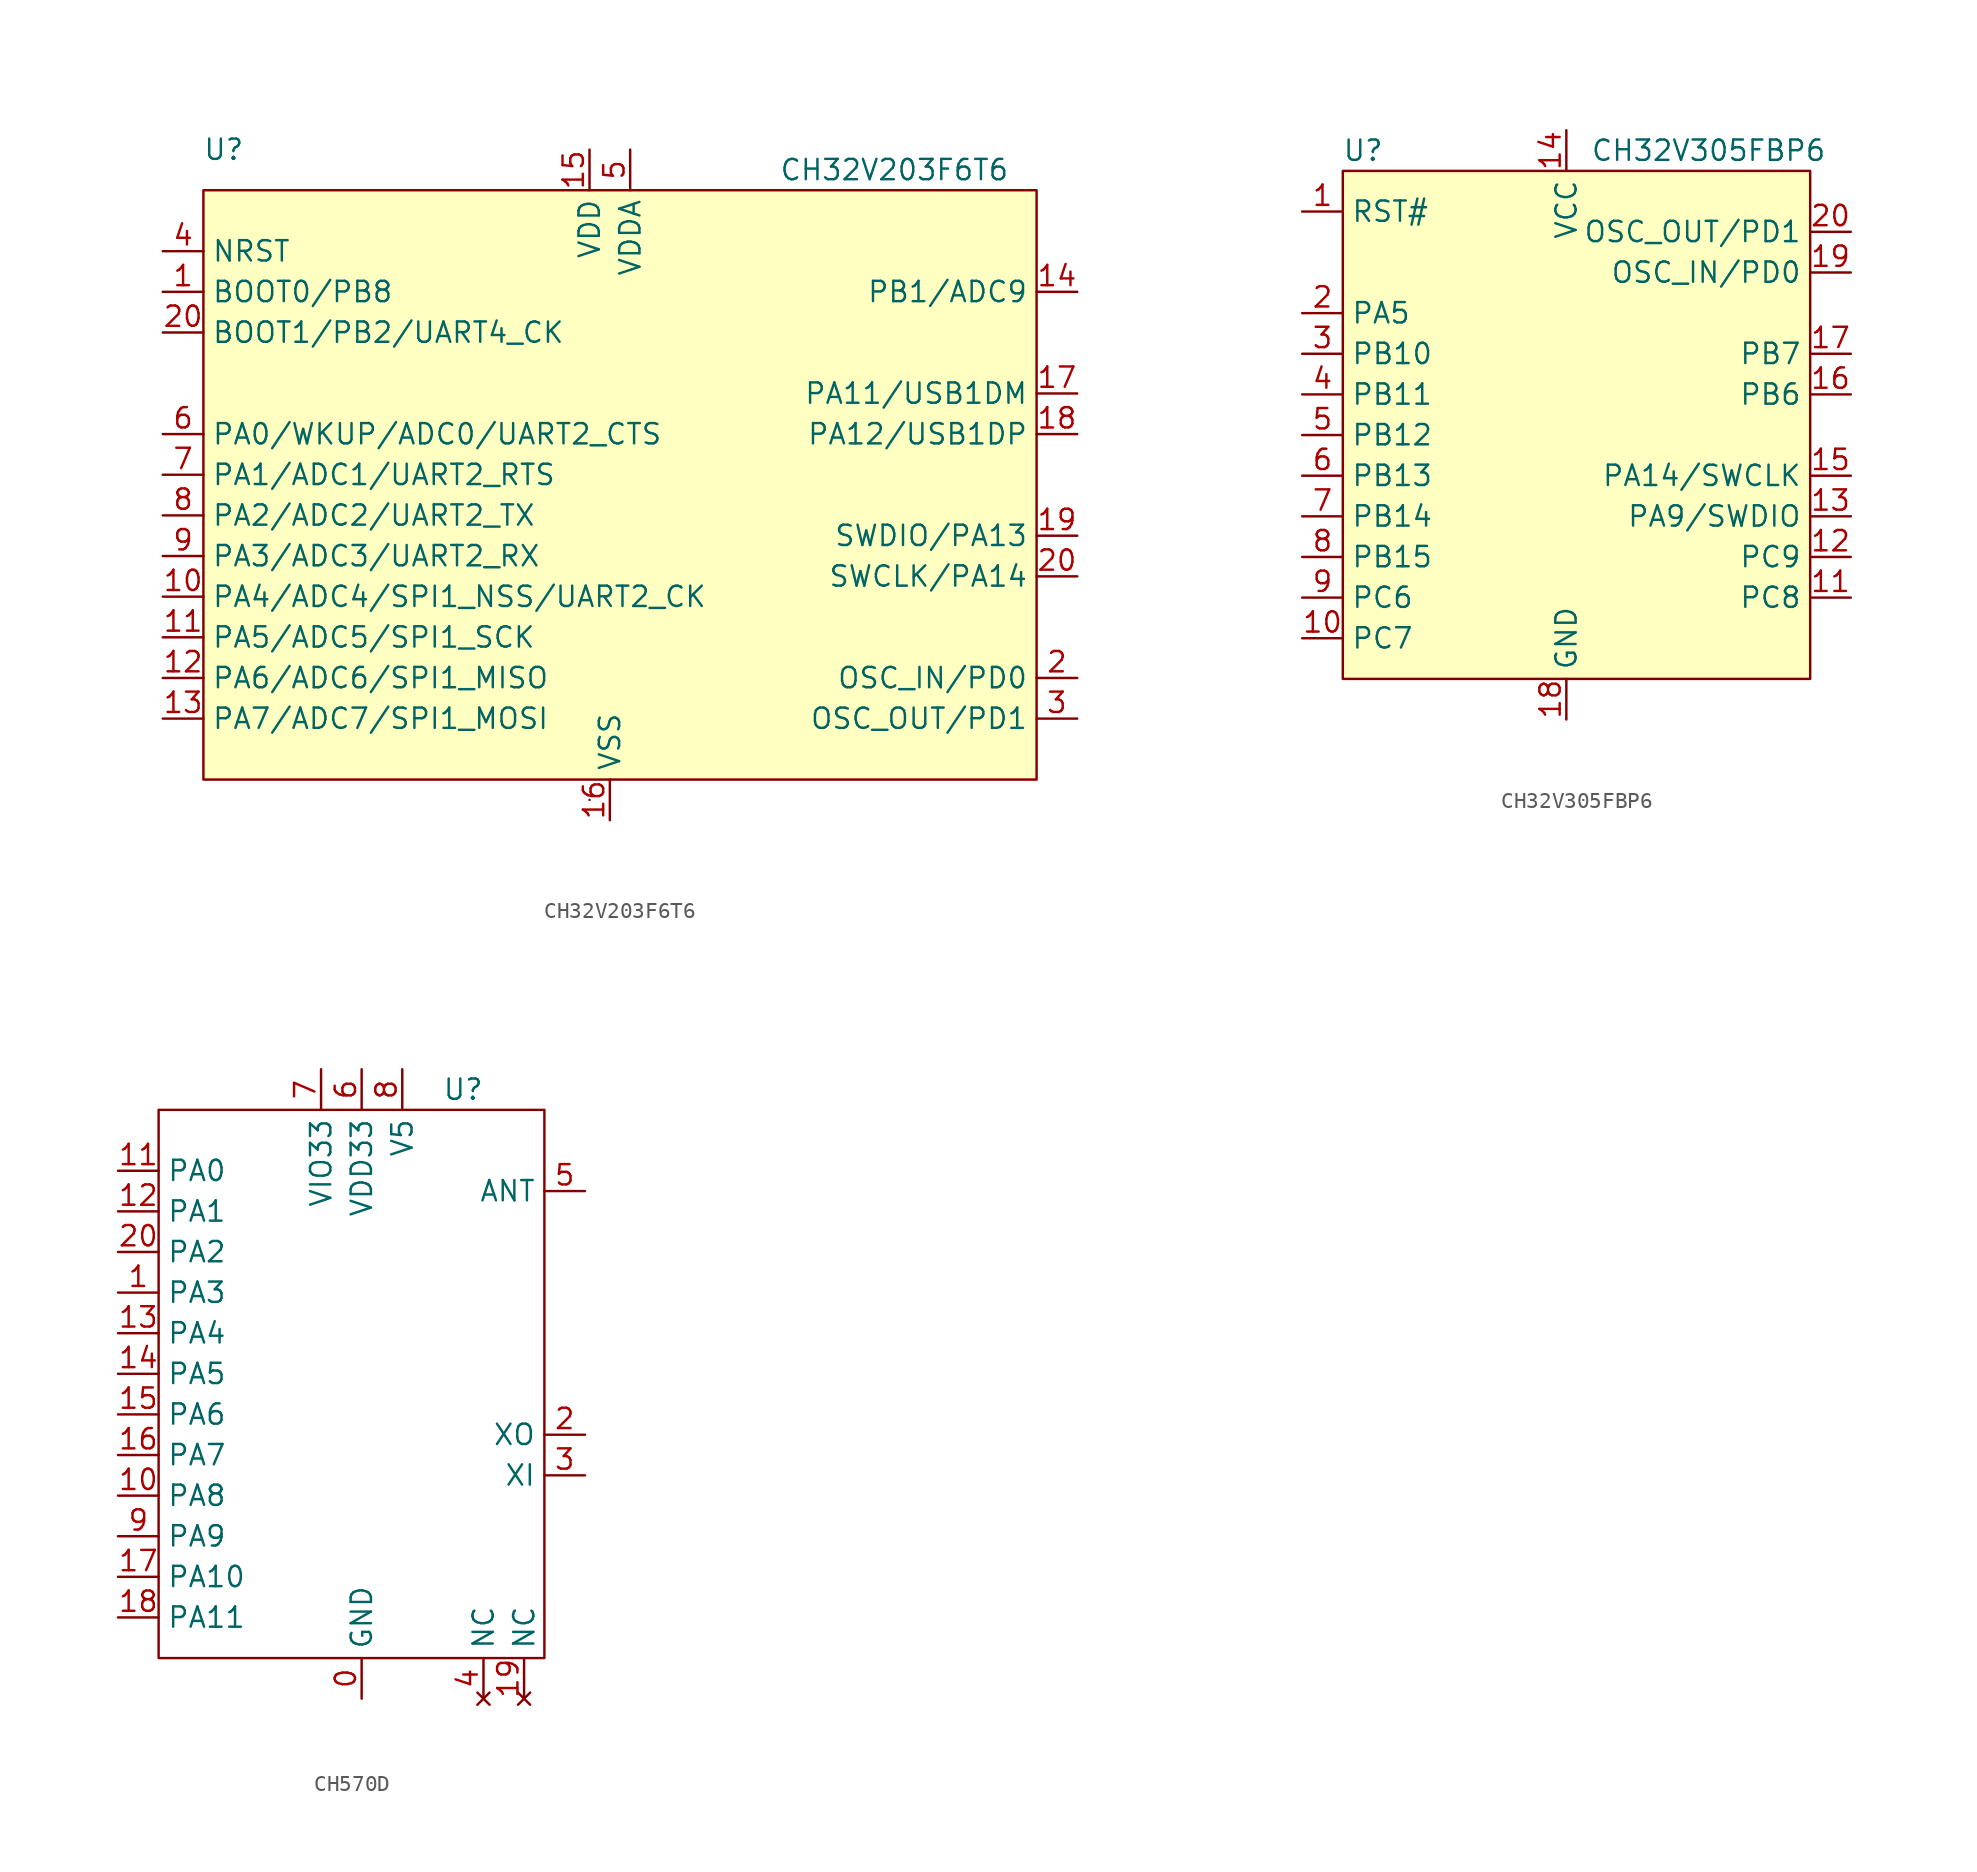
<source format=kicad_sym>
(kicad_symbol_lib
  (version 20241209)
  (generator "kicad_symbol_editor")
  (generator_version "9.0")
  (symbol "CH32V203F6T6"
    (property "Reference" "U"
      (at -24.13 25.4 0)
      (effects (font (size 1.27 1.27))))
    (property "Value" "CH32V203F6T6"
      (at 17.78 24.13 0)
      (effects (font (size 1.27 1.27))))
    (symbol "CH32V203F6T6_0_1"
      (rectangle (start -25.4 22.86) (end 26.67 -13.97) (stroke (width 0.152) (type default)) (fill (type background)))
      (rectangle (start -1.27 -15.24) (end -1.27 -15.24) (stroke (width 0.152) (type default)) (fill (type none))))
    (symbol "CH32V203F6T6_1_1"
      (pin input line (at -27.94 19.05 0) (length 2.54) (name "NRST" (effects (font (size 1.27 1.27)))) (number "4" (effects (font (size 1.27 1.27)))))
      (pin input line (at -27.94 16.51 0) (length 2.54) (name "BOOT0/PB8" (effects (font (size 1.27 1.27)))) (number "1" (effects (font (size 1.27 1.27)))))
      (pin bidirectional line (at -27.94 13.97 0) (length 2.54) (name "BOOT1/PB2/UART4_CK" (effects (font (size 1.27 1.27)))) (number "20" (effects (font (size 1.27 1.27)))))
      (pin bidirectional line (at -27.94 7.62 0) (length 2.54) (name "PA0/WKUP/ADC0/UART2_CTS" (effects (font (size 1.27 1.27)))) (number "6" (effects (font (size 1.27 1.27)))))
      (pin bidirectional line (at -27.94 5.08 0) (length 2.54) (name "PA1/ADC1/UART2_RTS" (effects (font (size 1.27 1.27)))) (number "7" (effects (font (size 1.27 1.27)))))
      (pin bidirectional line (at -27.94 2.54 0) (length 2.54) (name "PA2/ADC2/UART2_TX" (effects (font (size 1.27 1.27)))) (number "8" (effects (font (size 1.27 1.27)))))
      (pin bidirectional line (at -27.94 0 0) (length 2.54) (name "PA3/ADC3/UART2_RX" (effects (font (size 1.27 1.27)))) (number "9" (effects (font (size 1.27 1.27)))))
      (pin bidirectional line (at -27.94 -2.54 0) (length 2.54) (name "PA4/ADC4/SPI1_NSS/UART2_CK" (effects (font (size 1.27 1.27)))) (number "10" (effects (font (size 1.27 1.27)))))
      (pin bidirectional line (at -27.94 -5.08 0) (length 2.54) (name "PA5/ADC5/SPI1_SCK" (effects (font (size 1.27 1.27)))) (number "11" (effects (font (size 1.27 1.27)))))
      (pin bidirectional line (at -27.94 -7.62 0) (length 2.54) (name "PA6/ADC6/SPI1_MISO" (effects (font (size 1.27 1.27)))) (number "12" (effects (font (size 1.27 1.27)))))
      (pin bidirectional line (at -27.94 -10.16 0) (length 2.54) (name "PA7/ADC7/SPI1_MOSI" (effects (font (size 1.27 1.27)))) (number "13" (effects (font (size 1.27 1.27)))))
      (pin power_in line (at -1.27 25.4 270) (length 2.54) (name "VDD" (effects (font (size 1.27 1.27)))) (number "15" (effects (font (size 1.27 1.27)))))
      (pin power_in line (at 0 -16.51 90) (length 2.54) (name "VSS" (effects (font (size 1.27 1.27)))) (number "16" (effects (font (size 1.27 1.27)))))
      (pin power_in line (at 1.27 25.4 270) (length 2.54) (name "VDDA" (effects (font (size 1.27 1.27)))) (number "5" (effects (font (size 1.27 1.27)))))
      (pin bidirectional line (at 29.21 16.51 180) (length 2.54) (name "PB1/ADC9" (effects (font (size 1.27 1.27)))) (number "14" (effects (font (size 1.27 1.27)))))
      (pin bidirectional line (at 29.21 10.16 180) (length 2.54) (name "PA11/USB1DM" (effects (font (size 1.27 1.27)))) (number "17" (effects (font (size 1.27 1.27)))))
      (pin bidirectional line (at 29.21 7.62 180) (length 2.54) (name "PA12/USB1DP" (effects (font (size 1.27 1.27)))) (number "18" (effects (font (size 1.27 1.27)))))
      (pin bidirectional line (at 29.21 1.27 180) (length 2.54) (name "SWDIO/PA13" (effects (font (size 1.27 1.27)))) (number "19" (effects (font (size 1.27 1.27)))))
      (pin bidirectional line (at 29.21 -1.27 180) (length 2.54) (name "SWCLK/PA14" (effects (font (size 1.27 1.27)))) (number "20" (effects (font (size 1.27 1.27)))))
      (pin bidirectional line (at 29.21 -7.62 180) (length 2.54) (name "OSC_IN/PD0" (effects (font (size 1.27 1.27)))) (number "2" (effects (font (size 1.27 1.27)))))
      (pin bidirectional line (at 29.21 -10.16 180) (length 2.54) (name "OSC_OUT/PD1" (effects (font (size 1.27 1.27)))) (number "3" (effects (font (size 1.27 1.27)))))))
  (symbol "CH32V305FBP6"
    (property "Reference" "U"
      (at -12.7 15.24 0)
      (effects (font (size 1.27 1.27))))
    (property "Value" "CH32V305FBP6"
      (at 8.89 15.24 0)
      (effects (font (size 1.27 1.27))))
    (symbol "CH32V305FBP6_0_1"
      (rectangle (start -13.97 13.97) (end 15.24 -17.78) (stroke (width 0) (type default)) (fill (type background))))
    (symbol "CH32V305FBP6_1_1"
      (pin input line (at -16.51 11.43 0) (length 2.54) (name "RST#" (effects (font (size 1.27 1.27)))) (number "1" (effects (font (size 1.27 1.27)))))
      (pin bidirectional line (at -16.51 5.08 0) (length 2.54) (name "PA5" (effects (font (size 1.27 1.27)))) (number "2" (effects (font (size 1.27 1.27)))))
      (pin bidirectional line (at -16.51 2.54 0) (length 2.54) (name "PB10" (effects (font (size 1.27 1.27)))) (number "3" (effects (font (size 1.27 1.27)))))
      (pin bidirectional line (at -16.51 0 0) (length 2.54) (name "PB11" (effects (font (size 1.27 1.27)))) (number "4" (effects (font (size 1.27 1.27)))))
      (pin bidirectional line (at -16.51 -2.54 0) (length 2.54) (name "PB12" (effects (font (size 1.27 1.27)))) (number "5" (effects (font (size 1.27 1.27)))))
      (pin bidirectional line (at -16.51 -5.08 0) (length 2.54) (name "PB13" (effects (font (size 1.27 1.27)))) (number "6" (effects (font (size 1.27 1.27)))))
      (pin bidirectional line (at -16.51 -7.62 0) (length 2.54) (name "PB14" (effects (font (size 1.27 1.27)))) (number "7" (effects (font (size 1.27 1.27)))))
      (pin bidirectional line (at -16.51 -10.16 0) (length 2.54) (name "PB15" (effects (font (size 1.27 1.27)))) (number "8" (effects (font (size 1.27 1.27)))))
      (pin bidirectional line (at -16.51 -12.7 0) (length 2.54) (name "PC6" (effects (font (size 1.27 1.27)))) (number "9" (effects (font (size 1.27 1.27)))))
      (pin bidirectional line (at -16.51 -15.24 0) (length 2.54) (name "PC7" (effects (font (size 1.27 1.27)))) (number "10" (effects (font (size 1.27 1.27)))))
      (pin power_in line (at 0 16.51 270) (length 2.54) (name "VCC" (effects (font (size 1.27 1.27)))) (number "14" (effects (font (size 1.27 1.27)))))
      (pin power_in line (at 0 -20.32 90) (length 2.54) (name "GND" (effects (font (size 1.27 1.27)))) (number "18" (effects (font (size 1.27 1.27)))))
      (pin bidirectional line (at 17.78 10.16 180) (length 2.54) (name "OSC_OUT/PD1" (effects (font (size 1.27 1.27)))) (number "20" (effects (font (size 1.27 1.27)))))
      (pin bidirectional line (at 17.78 7.62 180) (length 2.54) (name "OSC_IN/PD0" (effects (font (size 1.27 1.27)))) (number "19" (effects (font (size 1.27 1.27)))))
      (pin bidirectional line (at 17.78 2.54 180) (length 2.54) (name "PB7" (effects (font (size 1.27 1.27)))) (number "17" (effects (font (size 1.27 1.27)))))
      (pin bidirectional line (at 17.78 0 180) (length 2.54) (name "PB6" (effects (font (size 1.27 1.27)))) (number "16" (effects (font (size 1.27 1.27)))))
      (pin bidirectional line (at 17.78 -5.08 180) (length 2.54) (name "PA14/SWCLK" (effects (font (size 1.27 1.27)))) (number "15" (effects (font (size 1.27 1.27)))))
      (pin bidirectional line (at 17.78 -7.62 180) (length 2.54) (name "PA9/SWDIO" (effects (font (size 1.27 1.27)))) (number "13" (effects (font (size 1.27 1.27)))))
      (pin bidirectional line (at 17.78 -10.16 180) (length 2.54) (name "PC9" (effects (font (size 1.27 1.27)))) (number "12" (effects (font (size 1.27 1.27)))))
      (pin bidirectional line (at 17.78 -12.7 180) (length 2.54) (name "PC8" (effects (font (size 1.27 1.27)))) (number "11" (effects (font (size 1.27 1.27)))))))
  (symbol "CH570D"
    (property "Reference" "U"
      (at 6.35 7.62 0)
      (effects (font (size 1.27 1.27))))
    (property "Value" ""
      (at 0 0 0)
      (effects (font (size 1.27 1.27))))
    (symbol "CH570D_0_1"
      (rectangle (start -12.7 6.35) (end 11.43 -27.94) (stroke (width 0) (type default)) (fill (type none))))
    (symbol "CH570D_1_1"
      (pin bidirectional line (at -15.24 2.54 0) (length 2.54) (name "PA0" (effects (font (size 1.27 1.27)))) (number "11" (effects (font (size 1.27 1.27)))) (alternate "SWDIO" bidirectional line) (alternate "UDM" bidirectional line))
      (pin bidirectional line (at -15.24 0 0) (length 2.54) (name "PA1" (effects (font (size 1.27 1.27)))) (number "12" (effects (font (size 1.27 1.27)))) (alternate "SWCLK" bidirectional line) (alternate "UDP" bidirectional line))
      (pin bidirectional line (at -15.24 -2.54 0) (length 2.54) (name "PA2" (effects (font (size 1.27 1.27)))) (number "20" (effects (font (size 1.27 1.27)))))
      (pin bidirectional line (at -15.24 -5.08 0) (length 2.54) (name "PA3" (effects (font (size 1.27 1.27)))) (number "1" (effects (font (size 1.27 1.27)))))
      (pin bidirectional line (at -15.24 -7.62 0) (length 2.54) (name "PA4" (effects (font (size 1.27 1.27)))) (number "13" (effects (font (size 1.27 1.27)))))
      (pin bidirectional line (at -15.24 -10.16 0) (length 2.54) (name "PA5" (effects (font (size 1.27 1.27)))) (number "14" (effects (font (size 1.27 1.27)))))
      (pin bidirectional line (at -15.24 -12.7 0) (length 2.54) (name "PA6" (effects (font (size 1.27 1.27)))) (number "15" (effects (font (size 1.27 1.27)))))
      (pin bidirectional line (at -15.24 -15.24 0) (length 2.54) (name "PA7" (effects (font (size 1.27 1.27)))) (number "16" (effects (font (size 1.27 1.27)))))
      (pin bidirectional line (at -15.24 -17.78 0) (length 2.54) (name "PA8" (effects (font (size 1.27 1.27)))) (number "10" (effects (font (size 1.27 1.27)))))
      (pin bidirectional line (at -15.24 -20.32 0) (length 2.54) (name "PA9" (effects (font (size 1.27 1.27)))) (number "9" (effects (font (size 1.27 1.27)))) (alternate "SDA" bidirectional line))
      (pin bidirectional line (at -15.24 -22.86 0) (length 2.54) (name "PA10" (effects (font (size 1.27 1.27)))) (number "17" (effects (font (size 1.27 1.27)))))
      (pin bidirectional line (at -15.24 -25.4 0) (length 2.54) (name "PA11" (effects (font (size 1.27 1.27)))) (number "18" (effects (font (size 1.27 1.27)))))
      (pin power_in line (at -2.54 8.89 270) (length 2.54) (name "VIO33" (effects (font (size 1.27 1.27)))) (number "7" (effects (font (size 1.27 1.27)))))
      (pin power_in line (at 0 8.89 270) (length 2.54) (name "VDD33" (effects (font (size 1.27 1.27)))) (number "6" (effects (font (size 1.27 1.27)))))
      (pin power_in line (at 0 -30.48 90) (length 2.54) (name "GND" (effects (font (size 1.27 1.27)))) (number "0" (effects (font (size 1.27 1.27)))))
      (pin power_in line (at 2.54 8.89 270) (length 2.54) (name "V5" (effects (font (size 1.27 1.27)))) (number "8" (effects (font (size 1.27 1.27)))))
      (pin no_connect line (at 7.62 -30.48 90) (length 2.54) (name "NC" (effects (font (size 1.27 1.27)))) (number "4" (effects (font (size 1.27 1.27)))))
      (pin no_connect line (at 10.16 -30.48 90) (length 2.54) (name "NC" (effects (font (size 1.27 1.27)))) (number "19" (effects (font (size 1.27 1.27)))))
      (pin bidirectional line (at 13.97 1.27 180) (length 2.54) (name "ANT" (effects (font (size 1.27 1.27)))) (number "5" (effects (font (size 1.27 1.27)))))
      (pin output line (at 13.97 -13.97 180) (length 2.54) (name "XO" (effects (font (size 1.27 1.27)))) (number "2" (effects (font (size 1.27 1.27)))))
      (pin input line (at 13.97 -16.51 180) (length 2.54) (name "XI" (effects (font (size 1.27 1.27)))) (number "3" (effects (font (size 1.27 1.27))))))))
</source>
